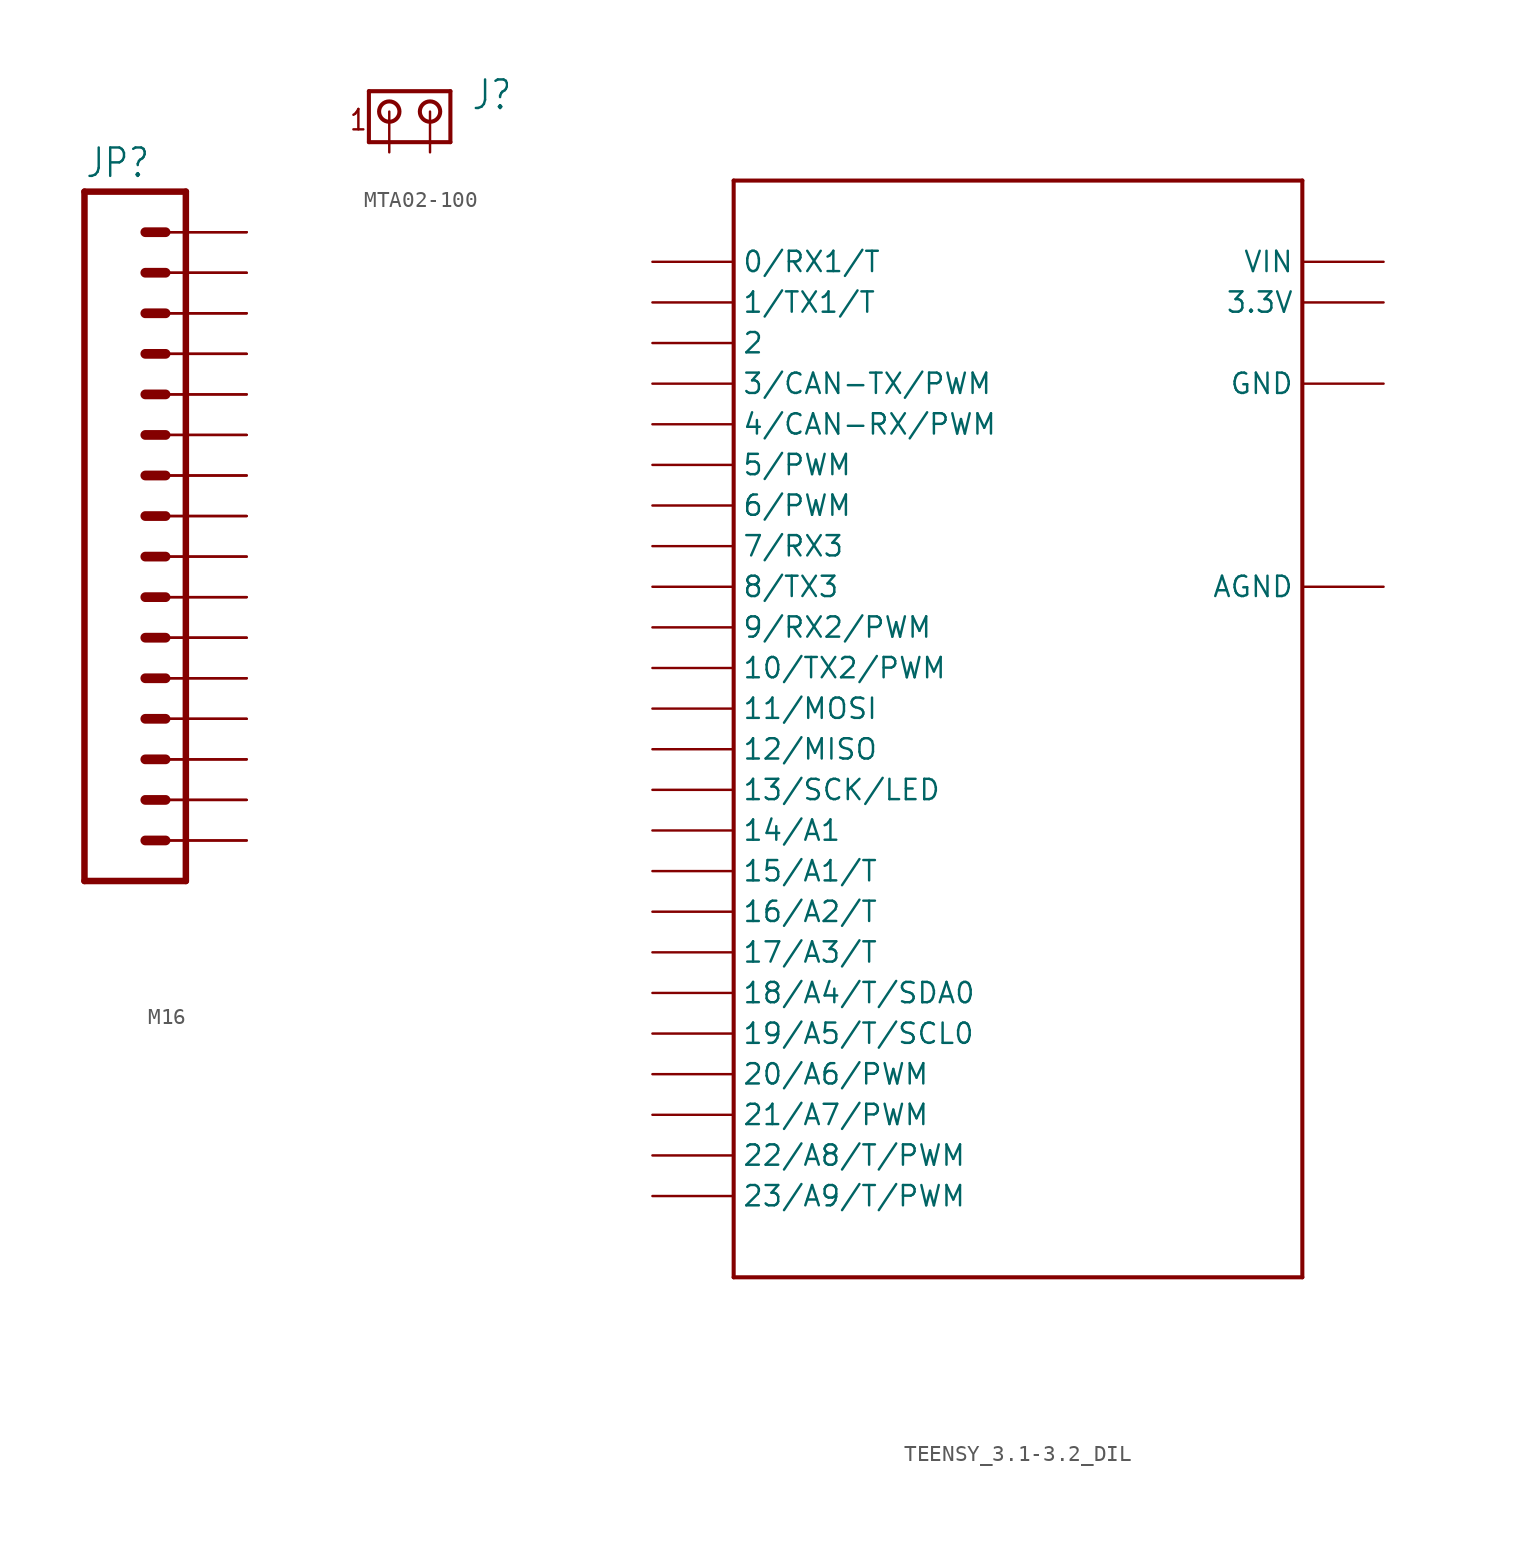
<source format=kicad_sym>
(kicad_symbol_lib
  (version 20231120)
  (generator "kicad_symbol_editor")
  (generator_version "8.0")
  (symbol "M16"
    (property "Reference" "JP"
      (at 0 21.082 0)
      (effects (font (size 1.778 1.511)) (justify left bottom)))
    (property "Value" ""
      (at 0 -25.4 0)
      (effects (font (size 1.778 1.511)) (justify left bottom)))
    (property "ki_locked" ""
      (at 0 0 0)
      (effects (font (size 1.27 1.27))))
    (symbol "M16_1_0"
      (polyline (pts (xy 0 20.32) (xy 0 -22.86)) (stroke (width 0.406) (type solid)) (fill (type none)))
      (polyline (pts (xy 0 20.32) (xy 6.35 20.32)) (stroke (width 0.406) (type solid)) (fill (type none)))
      (polyline (pts (xy 3.81 -20.32) (xy 5.08 -20.32)) (stroke (width 0.61) (type solid)) (fill (type none)))
      (polyline (pts (xy 3.81 -17.78) (xy 5.08 -17.78)) (stroke (width 0.61) (type solid)) (fill (type none)))
      (polyline (pts (xy 3.81 -15.24) (xy 5.08 -15.24)) (stroke (width 0.61) (type solid)) (fill (type none)))
      (polyline (pts (xy 3.81 -12.7) (xy 5.08 -12.7)) (stroke (width 0.61) (type solid)) (fill (type none)))
      (polyline (pts (xy 3.81 -10.16) (xy 5.08 -10.16)) (stroke (width 0.61) (type solid)) (fill (type none)))
      (polyline (pts (xy 3.81 -7.62) (xy 5.08 -7.62)) (stroke (width 0.61) (type solid)) (fill (type none)))
      (polyline (pts (xy 3.81 -5.08) (xy 5.08 -5.08)) (stroke (width 0.61) (type solid)) (fill (type none)))
      (polyline (pts (xy 3.81 -2.54) (xy 5.08 -2.54)) (stroke (width 0.61) (type solid)) (fill (type none)))
      (polyline (pts (xy 3.81 0) (xy 5.08 0)) (stroke (width 0.61) (type solid)) (fill (type none)))
      (polyline (pts (xy 3.81 2.54) (xy 5.08 2.54)) (stroke (width 0.61) (type solid)) (fill (type none)))
      (polyline (pts (xy 3.81 5.08) (xy 5.08 5.08)) (stroke (width 0.61) (type solid)) (fill (type none)))
      (polyline (pts (xy 3.81 7.62) (xy 5.08 7.62)) (stroke (width 0.61) (type solid)) (fill (type none)))
      (polyline (pts (xy 3.81 10.16) (xy 5.08 10.16)) (stroke (width 0.61) (type solid)) (fill (type none)))
      (polyline (pts (xy 3.81 12.7) (xy 5.08 12.7)) (stroke (width 0.61) (type solid)) (fill (type none)))
      (polyline (pts (xy 3.81 15.24) (xy 5.08 15.24)) (stroke (width 0.61) (type solid)) (fill (type none)))
      (polyline (pts (xy 3.81 17.78) (xy 5.08 17.78)) (stroke (width 0.61) (type solid)) (fill (type none)))
      (polyline (pts (xy 6.35 -22.86) (xy 0 -22.86)) (stroke (width 0.406) (type solid)) (fill (type none)))
      (polyline (pts (xy 6.35 -22.86) (xy 6.35 20.32)) (stroke (width 0.406) (type solid)) (fill (type none)))
      (pin passive line (at 10.16 -20.32 180) (length 5.08) (name "1" (effects (font (size 0 0)))) (number "1" (effects (font (size 0 0)))))
      (pin passive line (at 10.16 2.54 180) (length 5.08) (name "10" (effects (font (size 0 0)))) (number "10" (effects (font (size 0 0)))))
      (pin passive line (at 10.16 5.08 180) (length 5.08) (name "11" (effects (font (size 0 0)))) (number "11" (effects (font (size 0 0)))))
      (pin passive line (at 10.16 7.62 180) (length 5.08) (name "12" (effects (font (size 0 0)))) (number "12" (effects (font (size 0 0)))))
      (pin passive line (at 10.16 10.16 180) (length 5.08) (name "13" (effects (font (size 0 0)))) (number "13" (effects (font (size 0 0)))))
      (pin passive line (at 10.16 12.7 180) (length 5.08) (name "14" (effects (font (size 0 0)))) (number "14" (effects (font (size 0 0)))))
      (pin passive line (at 10.16 15.24 180) (length 5.08) (name "15" (effects (font (size 0 0)))) (number "15" (effects (font (size 0 0)))))
      (pin passive line (at 10.16 17.78 180) (length 5.08) (name "16" (effects (font (size 0 0)))) (number "16" (effects (font (size 0 0)))))
      (pin passive line (at 10.16 -20.32 180) (length 5.08) (name "1" (effects (font (size 0 0)))) (number "17" (effects (font (size 0 0)))))
      (pin passive line (at 10.16 -17.78 180) (length 5.08) (name "2" (effects (font (size 0 0)))) (number "18" (effects (font (size 0 0)))))
      (pin passive line (at 10.16 -15.24 180) (length 5.08) (name "3" (effects (font (size 0 0)))) (number "19" (effects (font (size 0 0)))))
      (pin passive line (at 10.16 -17.78 180) (length 5.08) (name "2" (effects (font (size 0 0)))) (number "2" (effects (font (size 0 0)))))
      (pin passive line (at 10.16 -12.7 180) (length 5.08) (name "4" (effects (font (size 0 0)))) (number "20" (effects (font (size 0 0)))))
      (pin passive line (at 10.16 -10.16 180) (length 5.08) (name "5" (effects (font (size 0 0)))) (number "21" (effects (font (size 0 0)))))
      (pin passive line (at 10.16 -7.62 180) (length 5.08) (name "6" (effects (font (size 0 0)))) (number "22" (effects (font (size 0 0)))))
      (pin passive line (at 10.16 -5.08 180) (length 5.08) (name "7" (effects (font (size 0 0)))) (number "23" (effects (font (size 0 0)))))
      (pin passive line (at 10.16 -2.54 180) (length 5.08) (name "8" (effects (font (size 0 0)))) (number "24" (effects (font (size 0 0)))))
      (pin passive line (at 10.16 0 180) (length 5.08) (name "9" (effects (font (size 0 0)))) (number "25" (effects (font (size 0 0)))))
      (pin passive line (at 10.16 2.54 180) (length 5.08) (name "10" (effects (font (size 0 0)))) (number "26" (effects (font (size 0 0)))))
      (pin passive line (at 10.16 5.08 180) (length 5.08) (name "11" (effects (font (size 0 0)))) (number "27" (effects (font (size 0 0)))))
      (pin passive line (at 10.16 7.62 180) (length 5.08) (name "12" (effects (font (size 0 0)))) (number "28" (effects (font (size 0 0)))))
      (pin passive line (at 10.16 10.16 180) (length 5.08) (name "13" (effects (font (size 0 0)))) (number "29" (effects (font (size 0 0)))))
      (pin passive line (at 10.16 -15.24 180) (length 5.08) (name "3" (effects (font (size 0 0)))) (number "3" (effects (font (size 0 0)))))
      (pin passive line (at 10.16 12.7 180) (length 5.08) (name "14" (effects (font (size 0 0)))) (number "30" (effects (font (size 0 0)))))
      (pin passive line (at 10.16 15.24 180) (length 5.08) (name "15" (effects (font (size 0 0)))) (number "31" (effects (font (size 0 0)))))
      (pin passive line (at 10.16 17.78 180) (length 5.08) (name "16" (effects (font (size 0 0)))) (number "32" (effects (font (size 0 0)))))
      (pin passive line (at 10.16 -12.7 180) (length 5.08) (name "4" (effects (font (size 0 0)))) (number "4" (effects (font (size 0 0)))))
      (pin passive line (at 10.16 -10.16 180) (length 5.08) (name "5" (effects (font (size 0 0)))) (number "5" (effects (font (size 0 0)))))
      (pin passive line (at 10.16 -7.62 180) (length 5.08) (name "6" (effects (font (size 0 0)))) (number "6" (effects (font (size 0 0)))))
      (pin passive line (at 10.16 -5.08 180) (length 5.08) (name "7" (effects (font (size 0 0)))) (number "7" (effects (font (size 0 0)))))
      (pin passive line (at 10.16 -2.54 180) (length 5.08) (name "8" (effects (font (size 0 0)))) (number "8" (effects (font (size 0 0)))))
      (pin passive line (at 10.16 0 180) (length 5.08) (name "9" (effects (font (size 0 0)))) (number "9" (effects (font (size 0 0)))))))
  (symbol "MTA02-100"
    (property "Reference" "J"
      (at 5.08 0 0)
      (effects (font (size 1.778 1.511)) (justify left bottom)))
    (property "Value" ""
      (at 5.08 -3.81 0)
      (effects (font (size 1.778 1.511)) (justify left bottom)))
    (property "ki_locked" ""
      (at 0 0 0)
      (effects (font (size 1.27 1.27))))
    (symbol "MTA02-100_1_0"
      (polyline (pts (xy -1.27 1.27) (xy -1.27 -1.905)) (stroke (width 0.254) (type solid)) (fill (type none)))
      (polyline (pts (xy -1.27 1.27) (xy 3.81 1.27)) (stroke (width 0.254) (type solid)) (fill (type none)))
      (polyline (pts (xy 3.81 -1.905) (xy -1.27 -1.905)) (stroke (width 0.254) (type solid)) (fill (type none)))
      (polyline (pts (xy 3.81 -1.905) (xy 3.81 1.27)) (stroke (width 0.254) (type solid)) (fill (type none)))
      (circle (center 0 0) (radius 0.635) (stroke (width 0.254) (type solid)) (fill (type none)))
      (circle (center 2.54 0) (radius 0.635) (stroke (width 0.254) (type solid)) (fill (type none)))
      (text "1" (at -2.54 -1.27 0) (effects (font (size 1.27 1.079)) (justify left bottom)))
      (pin passive line (at 0 -2.54 90) (length 2.54) (name "1" (effects (font (size 0 0)))) (number "1" (effects (font (size 0 0)))))
      (pin passive line (at 2.54 -2.54 90) (length 2.54) (name "2" (effects (font (size 0 0)))) (number "2" (effects (font (size 0 0)))))))
  (symbol "TEENSY_3.1-3.2_DIL"
    (property "Reference" ""
      (at -5.588 31.75 0)
      (effects (font (size 1.27 1.27) (bold yes)) (justify left bottom) (hide yes)))
    (property "Value" ""
      (at -7.112 -40.894 0)
      (effects (font (size 1.27 1.27) (bold yes)) (justify left bottom)))
    (property "ki_locked" ""
      (at 0 0 0)
      (effects (font (size 1.27 1.27))))
    (symbol "TEENSY_3.1-3.2_DIL_1_0"
      (polyline (pts (xy -17.78 -38.1) (xy 17.78 -38.1)) (stroke (width 0.254) (type solid)) (fill (type none)))
      (polyline (pts (xy -17.78 30.48) (xy -17.78 -38.1)) (stroke (width 0.254) (type solid)) (fill (type none)))
      (polyline (pts (xy 17.78 -38.1) (xy 17.78 30.48)) (stroke (width 0.254) (type solid)) (fill (type none)))
      (polyline (pts (xy 17.78 30.48) (xy -17.78 30.48)) (stroke (width 0.254) (type solid)) (fill (type none)))
      (pin bidirectional line (at -22.86 25.4 0) (length 5.08) (name "0/RX1/T" (effects (font (size 1.27 1.27)))) (number "0" (effects (font (size 0 0)))))
      (pin bidirectional line (at -22.86 22.86 0) (length 5.08) (name "1/TX1/T" (effects (font (size 1.27 1.27)))) (number "1" (effects (font (size 0 0)))))
      (pin bidirectional line (at -22.86 0 0) (length 5.08) (name "10/TX2/PWM" (effects (font (size 1.27 1.27)))) (number "10" (effects (font (size 0 0)))))
      (pin bidirectional line (at -22.86 -2.54 0) (length 5.08) (name "11/MOSI" (effects (font (size 1.27 1.27)))) (number "11" (effects (font (size 0 0)))))
      (pin bidirectional line (at -22.86 -5.08 0) (length 5.08) (name "12/MISO" (effects (font (size 1.27 1.27)))) (number "12" (effects (font (size 0 0)))))
      (pin bidirectional line (at -22.86 -7.62 0) (length 5.08) (name "13/SCK/LED" (effects (font (size 1.27 1.27)))) (number "13" (effects (font (size 0 0)))))
      (pin bidirectional line (at -22.86 -10.16 0) (length 5.08) (name "14/A1" (effects (font (size 1.27 1.27)))) (number "14/A0" (effects (font (size 0 0)))))
      (pin bidirectional line (at -22.86 -12.7 0) (length 5.08) (name "15/A1/T" (effects (font (size 1.27 1.27)))) (number "15/A1" (effects (font (size 0 0)))))
      (pin bidirectional line (at -22.86 -15.24 0) (length 5.08) (name "16/A2/T" (effects (font (size 1.27 1.27)))) (number "16/A2" (effects (font (size 0 0)))))
      (pin bidirectional line (at -22.86 -17.78 0) (length 5.08) (name "17/A3/T" (effects (font (size 1.27 1.27)))) (number "17/A3" (effects (font (size 0 0)))))
      (pin bidirectional line (at -22.86 -20.32 0) (length 5.08) (name "18/A4/T/SDA0" (effects (font (size 1.27 1.27)))) (number "18/A4" (effects (font (size 0 0)))))
      (pin bidirectional line (at -22.86 -22.86 0) (length 5.08) (name "19/A5/T/SCL0" (effects (font (size 1.27 1.27)))) (number "19/A5" (effects (font (size 0 0)))))
      (pin bidirectional line (at -22.86 20.32 0) (length 5.08) (name "2" (effects (font (size 1.27 1.27)))) (number "2" (effects (font (size 0 0)))))
      (pin bidirectional line (at -22.86 -25.4 0) (length 5.08) (name "20/A6/PWM" (effects (font (size 1.27 1.27)))) (number "20/A6" (effects (font (size 0 0)))))
      (pin bidirectional line (at -22.86 -27.94 0) (length 5.08) (name "21/A7/PWM" (effects (font (size 1.27 1.27)))) (number "21/A7" (effects (font (size 0 0)))))
      (pin bidirectional line (at -22.86 -30.48 0) (length 5.08) (name "22/A8/T/PWM" (effects (font (size 1.27 1.27)))) (number "22/A8" (effects (font (size 0 0)))))
      (pin bidirectional line (at -22.86 -33.02 0) (length 5.08) (name "23/A9/T/PWM" (effects (font (size 1.27 1.27)))) (number "23/A9" (effects (font (size 0 0)))))
      (pin bidirectional line (at -22.86 17.78 0) (length 5.08) (name "3/CAN-TX/PWM" (effects (font (size 1.27 1.27)))) (number "3" (effects (font (size 0 0)))))
      (pin power_in line (at 22.86 22.86 180) (length 5.08) (name "3.3V" (effects (font (size 1.27 1.27)))) (number "3.3V" (effects (font (size 0 0)))))
      (pin bidirectional line (at -22.86 15.24 0) (length 5.08) (name "4/CAN-RX/PWM" (effects (font (size 1.27 1.27)))) (number "4" (effects (font (size 0 0)))))
      (pin bidirectional line (at -22.86 12.7 0) (length 5.08) (name "5/PWM" (effects (font (size 1.27 1.27)))) (number "5" (effects (font (size 0 0)))))
      (pin bidirectional line (at -22.86 10.16 0) (length 5.08) (name "6/PWM" (effects (font (size 1.27 1.27)))) (number "6" (effects (font (size 0 0)))))
      (pin bidirectional line (at -22.86 7.62 0) (length 5.08) (name "7/RX3" (effects (font (size 1.27 1.27)))) (number "7" (effects (font (size 0 0)))))
      (pin bidirectional line (at -22.86 5.08 0) (length 5.08) (name "8/TX3" (effects (font (size 1.27 1.27)))) (number "8" (effects (font (size 0 0)))))
      (pin bidirectional line (at -22.86 2.54 0) (length 5.08) (name "9/RX2/PWM" (effects (font (size 1.27 1.27)))) (number "9" (effects (font (size 0 0)))))
      (pin power_in line (at 22.86 5.08 180) (length 5.08) (name "AGND" (effects (font (size 1.27 1.27)))) (number "AGND" (effects (font (size 0 0)))))
      (pin power_in line (at 22.86 17.78 180) (length 5.08) (name "GND" (effects (font (size 1.27 1.27)))) (number "GND" (effects (font (size 0 0)))))
      (pin power_in line (at 22.86 25.4 180) (length 5.08) (name "VIN" (effects (font (size 1.27 1.27)))) (number "VIN" (effects (font (size 0 0))))))))
</source>
